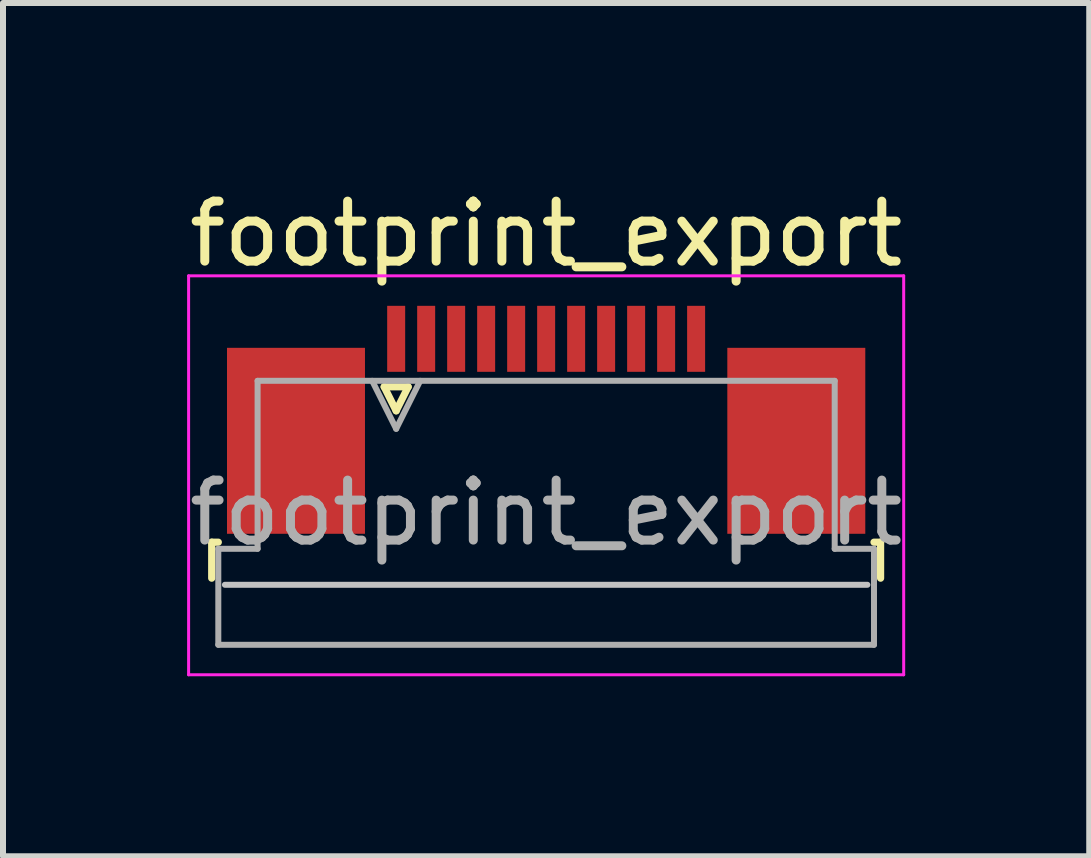
<source format=kicad_pcb>
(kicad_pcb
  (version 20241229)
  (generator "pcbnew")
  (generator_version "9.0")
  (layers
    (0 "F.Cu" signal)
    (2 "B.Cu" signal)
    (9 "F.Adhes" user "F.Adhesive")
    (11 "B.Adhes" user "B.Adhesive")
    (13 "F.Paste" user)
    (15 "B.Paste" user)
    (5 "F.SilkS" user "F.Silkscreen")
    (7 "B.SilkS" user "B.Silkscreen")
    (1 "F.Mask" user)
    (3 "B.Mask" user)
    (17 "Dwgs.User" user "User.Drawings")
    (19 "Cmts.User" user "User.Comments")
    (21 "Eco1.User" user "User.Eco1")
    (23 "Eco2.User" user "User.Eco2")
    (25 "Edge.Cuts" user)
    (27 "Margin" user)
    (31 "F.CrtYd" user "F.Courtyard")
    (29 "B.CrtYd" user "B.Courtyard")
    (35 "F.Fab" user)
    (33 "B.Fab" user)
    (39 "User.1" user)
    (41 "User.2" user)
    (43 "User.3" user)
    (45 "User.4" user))
  (footprint "footprint_export"
    (layer "F.Cu")
    (at 6.054 3.948)
    (property "Reference" "footprint_export" (at 0 -3.1 0) (layer "F.SilkS") (effects (font (size 1 1) (thickness 0.15))))
    (attr smd)
    (fp_line (start -5.575 2.04) (end -5.575 2.64) (stroke (width 0.12) (type solid)) (layer "F.SilkS"))
    (fp_line (start -5.465 2.04) (end -5.575 2.04) (stroke (width 0.12) (type solid)) (layer "F.SilkS"))
    (fp_line (start -2.7 -0.55) (end -2.5 -0.15) (stroke (width 0.12) (type solid)) (layer "F.SilkS"))
    (fp_line (start -2.5 -0.15) (end -2.3 -0.55) (stroke (width 0.12) (type solid)) (layer "F.SilkS"))
    (fp_line (start -2.3 -0.55) (end -2.7 -0.55) (stroke (width 0.12) (type solid)) (layer "F.SilkS"))
    (fp_line (start 5.465 2.04) (end 5.575 2.04) (stroke (width 0.12) (type solid)) (layer "F.SilkS"))
    (fp_line (start 5.575 2.04) (end 5.575 2.64) (stroke (width 0.12) (type solid)) (layer "F.SilkS"))
    (fp_line (start 5.355 2.75) (end -5.355 2.75) (stroke (width 0.1) (type solid)) (layer "Dwgs.User"))
    (fp_line (start -5.96 -2.4) (end -5.96 4.25) (stroke (width 0.05) (type solid)) (layer "F.CrtYd"))
    (fp_line (start -5.96 4.25) (end 5.96 4.25) (stroke (width 0.05) (type solid)) (layer "F.CrtYd"))
    (fp_line (start 5.96 -2.4) (end -5.96 -2.4) (stroke (width 0.05) (type solid)) (layer "F.CrtYd"))
    (fp_line (start 5.96 4.25) (end 5.96 -2.4) (stroke (width 0.05) (type solid)) (layer "F.CrtYd"))
    (fp_line (start -5.465 2.15) (end -4.81 2.15) (stroke (width 0.1) (type solid)) (layer "F.Fab"))
    (fp_line (start -5.465 3.75) (end -5.465 2.15) (stroke (width 0.1) (type solid)) (layer "F.Fab"))
    (fp_line (start -4.81 -0.65) (end 4.81 -0.65) (stroke (width 0.1) (type solid)) (layer "F.Fab"))
    (fp_line (start -4.81 2.15) (end -4.81 -0.65) (stroke (width 0.1) (type solid)) (layer "F.Fab"))
    (fp_line (start -2.9 -0.65) (end -2.5 0.15) (stroke (width 0.1) (type solid)) (layer "F.Fab"))
    (fp_line (start -2.5 0.15) (end -2.1 -0.65) (stroke (width 0.1) (type solid)) (layer "F.Fab"))
    (fp_line (start 4.81 -0.65) (end 4.81 2.15) (stroke (width 0.1) (type solid)) (layer "F.Fab"))
    (fp_line (start 4.81 2.15) (end 5.465 2.15) (stroke (width 0.1) (type solid)) (layer "F.Fab"))
    (fp_line (start 5.465 2.15) (end 5.465 3.75) (stroke (width 0.1) (type solid)) (layer "F.Fab"))
    (fp_line (start 5.465 3.75) (end -5.465 3.75) (stroke (width 0.1) (type solid)) (layer "F.Fab"))
    (fp_text user "${REFERENCE}" (at 0 1.55 0) (layer "F.Fab") (effects (font (size 1 1) (thickness 0.15))))
    (pad "1" smd rect (at -2.5 -1.35) (size 0.3 1.1) (layers "F.Cu" "F.Mask" "F.Paste"))
    (pad "2" smd rect (at -2 -1.35) (size 0.3 1.1) (layers "F.Cu" "F.Mask" "F.Paste"))
    (pad "3" smd rect (at -1.5 -1.35) (size 0.3 1.1) (layers "F.Cu" "F.Mask" "F.Paste"))
    (pad "4" smd rect (at -1 -1.35) (size 0.3 1.1) (layers "F.Cu" "F.Mask" "F.Paste"))
    (pad "5" smd rect (at -0.5 -1.35) (size 0.3 1.1) (layers "F.Cu" "F.Mask" "F.Paste"))
    (pad "6" smd rect (at 0 -1.35) (size 0.3 1.1) (layers "F.Cu" "F.Mask" "F.Paste"))
    (pad "7" smd rect (at 0.5 -1.35) (size 0.3 1.1) (layers "F.Cu" "F.Mask" "F.Paste"))
    (pad "8" smd rect (at 1 -1.35) (size 0.3 1.1) (layers "F.Cu" "F.Mask" "F.Paste"))
    (pad "9" smd rect (at 1.5 -1.35) (size 0.3 1.1) (layers "F.Cu" "F.Mask" "F.Paste"))
    (pad "10" smd rect (at 2 -1.35) (size 0.3 1.1) (layers "F.Cu" "F.Mask" "F.Paste"))
    (pad "11" smd rect (at 2.5 -1.35) (size 0.3 1.1) (layers "F.Cu" "F.Mask" "F.Paste"))
    (pad "MP" smd rect (at -4.17 0.35) (size 2.3 3.1) (layers "F.Cu" "F.Mask" "F.Paste"))
    (pad "MP" smd rect (at 4.17 0.35) (size 2.3 3.1) (layers "F.Cu" "F.Mask" "F.Paste")))
  (gr_rect
    (start -3 -3)
    (end 15.107 11.223)
    (stroke (width 0.1) (type default))
    (fill no)
    (layer "Edge.Cuts")))
</source>
